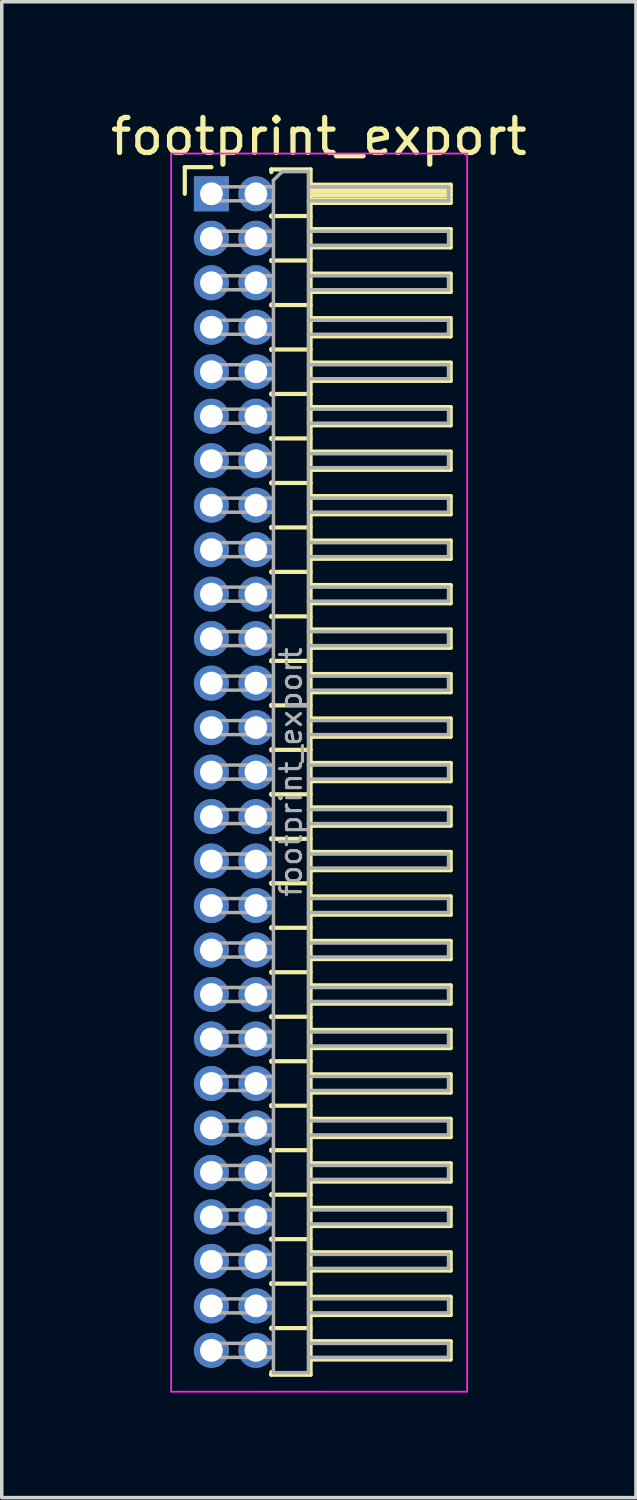
<source format=kicad_pcb>
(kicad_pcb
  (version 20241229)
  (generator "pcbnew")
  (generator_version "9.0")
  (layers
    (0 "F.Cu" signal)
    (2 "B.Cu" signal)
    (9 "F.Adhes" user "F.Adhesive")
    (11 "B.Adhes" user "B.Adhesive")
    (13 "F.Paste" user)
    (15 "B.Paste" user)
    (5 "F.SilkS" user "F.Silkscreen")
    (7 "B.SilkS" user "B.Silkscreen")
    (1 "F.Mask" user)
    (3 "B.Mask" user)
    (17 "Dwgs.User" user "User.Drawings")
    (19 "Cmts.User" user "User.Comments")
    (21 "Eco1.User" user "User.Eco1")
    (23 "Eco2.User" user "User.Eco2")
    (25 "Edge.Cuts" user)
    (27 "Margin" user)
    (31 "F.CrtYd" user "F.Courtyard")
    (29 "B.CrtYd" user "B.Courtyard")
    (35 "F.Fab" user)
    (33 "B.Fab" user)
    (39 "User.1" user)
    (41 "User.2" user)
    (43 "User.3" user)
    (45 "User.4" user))
  (footprint "footprint_export"
    (layer "F.Cu")
    (at 2.986 2.483)
    (property "Reference" "footprint_export" (at 3.067 -1.635 0) (layer "F.SilkS") (effects (font (size 1 1) (thickness 0.15))))
    (attr through_hole)
    (fp_line (start -0.76 -0.76) (end 0 -0.76) (stroke (width 0.12) (type solid)) (layer "F.SilkS"))
    (fp_line (start -0.76 0) (end -0.76 -0.76) (stroke (width 0.12) (type solid)) (layer "F.SilkS"))
    (fp_line (start 1.71 -0.695) (end 2.83 -0.695) (stroke (width 0.12) (type solid)) (layer "F.SilkS"))
    (fp_line (start 1.71 -0.62) (end 1.71 -0.695) (stroke (width 0.12) (type solid)) (layer "F.SilkS"))
    (fp_line (start 1.71 0.62) (end 1.71 0.65) (stroke (width 0.12) (type solid)) (layer "F.SilkS"))
    (fp_line (start 1.71 0.635) (end 2.83 0.635) (stroke (width 0.12) (type solid)) (layer "F.SilkS"))
    (fp_line (start 1.71 1.89) (end 1.71 1.92) (stroke (width 0.12) (type solid)) (layer "F.SilkS"))
    (fp_line (start 1.71 1.905) (end 2.83 1.905) (stroke (width 0.12) (type solid)) (layer "F.SilkS"))
    (fp_line (start 1.71 3.16) (end 1.71 3.19) (stroke (width 0.12) (type solid)) (layer "F.SilkS"))
    (fp_line (start 1.71 3.175) (end 2.83 3.175) (stroke (width 0.12) (type solid)) (layer "F.SilkS"))
    (fp_line (start 1.71 4.43) (end 1.71 4.46) (stroke (width 0.12) (type solid)) (layer "F.SilkS"))
    (fp_line (start 1.71 4.445) (end 2.83 4.445) (stroke (width 0.12) (type solid)) (layer "F.SilkS"))
    (fp_line (start 1.71 5.7) (end 1.71 5.73) (stroke (width 0.12) (type solid)) (layer "F.SilkS"))
    (fp_line (start 1.71 5.715) (end 2.83 5.715) (stroke (width 0.12) (type solid)) (layer "F.SilkS"))
    (fp_line (start 1.71 6.97) (end 1.71 7) (stroke (width 0.12) (type solid)) (layer "F.SilkS"))
    (fp_line (start 1.71 6.985) (end 2.83 6.985) (stroke (width 0.12) (type solid)) (layer "F.SilkS"))
    (fp_line (start 1.71 8.24) (end 1.71 8.27) (stroke (width 0.12) (type solid)) (layer "F.SilkS"))
    (fp_line (start 1.71 8.255) (end 2.83 8.255) (stroke (width 0.12) (type solid)) (layer "F.SilkS"))
    (fp_line (start 1.71 9.51) (end 1.71 9.54) (stroke (width 0.12) (type solid)) (layer "F.SilkS"))
    (fp_line (start 1.71 9.525) (end 2.83 9.525) (stroke (width 0.12) (type solid)) (layer "F.SilkS"))
    (fp_line (start 1.71 10.78) (end 1.71 10.81) (stroke (width 0.12) (type solid)) (layer "F.SilkS"))
    (fp_line (start 1.71 10.795) (end 2.83 10.795) (stroke (width 0.12) (type solid)) (layer "F.SilkS"))
    (fp_line (start 1.71 12.05) (end 1.71 12.08) (stroke (width 0.12) (type solid)) (layer "F.SilkS"))
    (fp_line (start 1.71 12.065) (end 2.83 12.065) (stroke (width 0.12) (type solid)) (layer "F.SilkS"))
    (fp_line (start 1.71 13.32) (end 1.71 13.35) (stroke (width 0.12) (type solid)) (layer "F.SilkS"))
    (fp_line (start 1.71 13.335) (end 2.83 13.335) (stroke (width 0.12) (type solid)) (layer "F.SilkS"))
    (fp_line (start 1.71 14.59) (end 1.71 14.62) (stroke (width 0.12) (type solid)) (layer "F.SilkS"))
    (fp_line (start 1.71 14.605) (end 2.83 14.605) (stroke (width 0.12) (type solid)) (layer "F.SilkS"))
    (fp_line (start 1.71 15.86) (end 1.71 15.89) (stroke (width 0.12) (type solid)) (layer "F.SilkS"))
    (fp_line (start 1.71 15.875) (end 2.83 15.875) (stroke (width 0.12) (type solid)) (layer "F.SilkS"))
    (fp_line (start 1.71 17.13) (end 1.71 17.16) (stroke (width 0.12) (type solid)) (layer "F.SilkS"))
    (fp_line (start 1.71 17.145) (end 2.83 17.145) (stroke (width 0.12) (type solid)) (layer "F.SilkS"))
    (fp_line (start 1.71 18.4) (end 1.71 18.43) (stroke (width 0.12) (type solid)) (layer "F.SilkS"))
    (fp_line (start 1.71 18.415) (end 2.83 18.415) (stroke (width 0.12) (type solid)) (layer "F.SilkS"))
    (fp_line (start 1.71 19.67) (end 1.71 19.7) (stroke (width 0.12) (type solid)) (layer "F.SilkS"))
    (fp_line (start 1.71 19.685) (end 2.83 19.685) (stroke (width 0.12) (type solid)) (layer "F.SilkS"))
    (fp_line (start 1.71 20.94) (end 1.71 20.97) (stroke (width 0.12) (type solid)) (layer "F.SilkS"))
    (fp_line (start 1.71 20.955) (end 2.83 20.955) (stroke (width 0.12) (type solid)) (layer "F.SilkS"))
    (fp_line (start 1.71 22.21) (end 1.71 22.24) (stroke (width 0.12) (type solid)) (layer "F.SilkS"))
    (fp_line (start 1.71 22.225) (end 2.83 22.225) (stroke (width 0.12) (type solid)) (layer "F.SilkS"))
    (fp_line (start 1.71 23.48) (end 1.71 23.51) (stroke (width 0.12) (type solid)) (layer "F.SilkS"))
    (fp_line (start 1.71 23.495) (end 2.83 23.495) (stroke (width 0.12) (type solid)) (layer "F.SilkS"))
    (fp_line (start 1.71 24.75) (end 1.71 24.78) (stroke (width 0.12) (type solid)) (layer "F.SilkS"))
    (fp_line (start 1.71 24.765) (end 2.83 24.765) (stroke (width 0.12) (type solid)) (layer "F.SilkS"))
    (fp_line (start 1.71 26.02) (end 1.71 26.05) (stroke (width 0.12) (type solid)) (layer "F.SilkS"))
    (fp_line (start 1.71 26.035) (end 2.83 26.035) (stroke (width 0.12) (type solid)) (layer "F.SilkS"))
    (fp_line (start 1.71 27.29) (end 1.71 27.32) (stroke (width 0.12) (type solid)) (layer "F.SilkS"))
    (fp_line (start 1.71 27.305) (end 2.83 27.305) (stroke (width 0.12) (type solid)) (layer "F.SilkS"))
    (fp_line (start 1.71 28.56) (end 1.71 28.59) (stroke (width 0.12) (type solid)) (layer "F.SilkS"))
    (fp_line (start 1.71 28.575) (end 2.83 28.575) (stroke (width 0.12) (type solid)) (layer "F.SilkS"))
    (fp_line (start 1.71 29.83) (end 1.71 29.86) (stroke (width 0.12) (type solid)) (layer "F.SilkS"))
    (fp_line (start 1.71 29.845) (end 2.83 29.845) (stroke (width 0.12) (type solid)) (layer "F.SilkS"))
    (fp_line (start 1.71 31.1) (end 1.71 31.13) (stroke (width 0.12) (type solid)) (layer "F.SilkS"))
    (fp_line (start 1.71 31.115) (end 2.83 31.115) (stroke (width 0.12) (type solid)) (layer "F.SilkS"))
    (fp_line (start 1.71 32.37) (end 1.71 32.4) (stroke (width 0.12) (type solid)) (layer "F.SilkS"))
    (fp_line (start 1.71 32.385) (end 2.83 32.385) (stroke (width 0.12) (type solid)) (layer "F.SilkS"))
    (fp_line (start 1.71 33.715) (end 1.71 33.64) (stroke (width 0.12) (type solid)) (layer "F.SilkS"))
    (fp_line (start 2.83 -0.695) (end 2.83 33.715) (stroke (width 0.12) (type solid)) (layer "F.SilkS"))
    (fp_line (start 2.83 -0.26) (end 6.83 -0.26) (stroke (width 0.12) (type solid)) (layer "F.SilkS"))
    (fp_line (start 2.83 -0.2) (end 6.83 -0.2) (stroke (width 0.12) (type solid)) (layer "F.SilkS"))
    (fp_line (start 2.83 -0.08) (end 6.83 -0.08) (stroke (width 0.12) (type solid)) (layer "F.SilkS"))
    (fp_line (start 2.83 0.04) (end 6.83 0.04) (stroke (width 0.12) (type solid)) (layer "F.SilkS"))
    (fp_line (start 2.83 0.16) (end 6.83 0.16) (stroke (width 0.12) (type solid)) (layer "F.SilkS"))
    (fp_line (start 2.83 1.01) (end 6.83 1.01) (stroke (width 0.12) (type solid)) (layer "F.SilkS"))
    (fp_line (start 2.83 2.28) (end 6.83 2.28) (stroke (width 0.12) (type solid)) (layer "F.SilkS"))
    (fp_line (start 2.83 3.55) (end 6.83 3.55) (stroke (width 0.12) (type solid)) (layer "F.SilkS"))
    (fp_line (start 2.83 4.82) (end 6.83 4.82) (stroke (width 0.12) (type solid)) (layer "F.SilkS"))
    (fp_line (start 2.83 6.09) (end 6.83 6.09) (stroke (width 0.12) (type solid)) (layer "F.SilkS"))
    (fp_line (start 2.83 7.36) (end 6.83 7.36) (stroke (width 0.12) (type solid)) (layer "F.SilkS"))
    (fp_line (start 2.83 8.63) (end 6.83 8.63) (stroke (width 0.12) (type solid)) (layer "F.SilkS"))
    (fp_line (start 2.83 9.9) (end 6.83 9.9) (stroke (width 0.12) (type solid)) (layer "F.SilkS"))
    (fp_line (start 2.83 11.17) (end 6.83 11.17) (stroke (width 0.12) (type solid)) (layer "F.SilkS"))
    (fp_line (start 2.83 12.44) (end 6.83 12.44) (stroke (width 0.12) (type solid)) (layer "F.SilkS"))
    (fp_line (start 2.83 13.71) (end 6.83 13.71) (stroke (width 0.12) (type solid)) (layer "F.SilkS"))
    (fp_line (start 2.83 14.98) (end 6.83 14.98) (stroke (width 0.12) (type solid)) (layer "F.SilkS"))
    (fp_line (start 2.83 16.25) (end 6.83 16.25) (stroke (width 0.12) (type solid)) (layer "F.SilkS"))
    (fp_line (start 2.83 17.52) (end 6.83 17.52) (stroke (width 0.12) (type solid)) (layer "F.SilkS"))
    (fp_line (start 2.83 18.79) (end 6.83 18.79) (stroke (width 0.12) (type solid)) (layer "F.SilkS"))
    (fp_line (start 2.83 20.06) (end 6.83 20.06) (stroke (width 0.12) (type solid)) (layer "F.SilkS"))
    (fp_line (start 2.83 21.33) (end 6.83 21.33) (stroke (width 0.12) (type solid)) (layer "F.SilkS"))
    (fp_line (start 2.83 22.6) (end 6.83 22.6) (stroke (width 0.12) (type solid)) (layer "F.SilkS"))
    (fp_line (start 2.83 23.87) (end 6.83 23.87) (stroke (width 0.12) (type solid)) (layer "F.SilkS"))
    (fp_line (start 2.83 25.14) (end 6.83 25.14) (stroke (width 0.12) (type solid)) (layer "F.SilkS"))
    (fp_line (start 2.83 26.41) (end 6.83 26.41) (stroke (width 0.12) (type solid)) (layer "F.SilkS"))
    (fp_line (start 2.83 27.68) (end 6.83 27.68) (stroke (width 0.12) (type solid)) (layer "F.SilkS"))
    (fp_line (start 2.83 28.95) (end 6.83 28.95) (stroke (width 0.12) (type solid)) (layer "F.SilkS"))
    (fp_line (start 2.83 30.22) (end 6.83 30.22) (stroke (width 0.12) (type solid)) (layer "F.SilkS"))
    (fp_line (start 2.83 31.49) (end 6.83 31.49) (stroke (width 0.12) (type solid)) (layer "F.SilkS"))
    (fp_line (start 2.83 32.76) (end 6.83 32.76) (stroke (width 0.12) (type solid)) (layer "F.SilkS"))
    (fp_line (start 2.83 33.715) (end 1.71 33.715) (stroke (width 0.12) (type solid)) (layer "F.SilkS"))
    (fp_line (start 6.83 -0.26) (end 6.83 0.26) (stroke (width 0.12) (type solid)) (layer "F.SilkS"))
    (fp_line (start 6.83 0.26) (end 2.83 0.26) (stroke (width 0.12) (type solid)) (layer "F.SilkS"))
    (fp_line (start 6.83 1.01) (end 6.83 1.53) (stroke (width 0.12) (type solid)) (layer "F.SilkS"))
    (fp_line (start 6.83 1.53) (end 2.83 1.53) (stroke (width 0.12) (type solid)) (layer "F.SilkS"))
    (fp_line (start 6.83 2.28) (end 6.83 2.8) (stroke (width 0.12) (type solid)) (layer "F.SilkS"))
    (fp_line (start 6.83 2.8) (end 2.83 2.8) (stroke (width 0.12) (type solid)) (layer "F.SilkS"))
    (fp_line (start 6.83 3.55) (end 6.83 4.07) (stroke (width 0.12) (type solid)) (layer "F.SilkS"))
    (fp_line (start 6.83 4.07) (end 2.83 4.07) (stroke (width 0.12) (type solid)) (layer "F.SilkS"))
    (fp_line (start 6.83 4.82) (end 6.83 5.34) (stroke (width 0.12) (type solid)) (layer "F.SilkS"))
    (fp_line (start 6.83 5.34) (end 2.83 5.34) (stroke (width 0.12) (type solid)) (layer "F.SilkS"))
    (fp_line (start 6.83 6.09) (end 6.83 6.61) (stroke (width 0.12) (type solid)) (layer "F.SilkS"))
    (fp_line (start 6.83 6.61) (end 2.83 6.61) (stroke (width 0.12) (type solid)) (layer "F.SilkS"))
    (fp_line (start 6.83 7.36) (end 6.83 7.88) (stroke (width 0.12) (type solid)) (layer "F.SilkS"))
    (fp_line (start 6.83 7.88) (end 2.83 7.88) (stroke (width 0.12) (type solid)) (layer "F.SilkS"))
    (fp_line (start 6.83 8.63) (end 6.83 9.15) (stroke (width 0.12) (type solid)) (layer "F.SilkS"))
    (fp_line (start 6.83 9.15) (end 2.83 9.15) (stroke (width 0.12) (type solid)) (layer "F.SilkS"))
    (fp_line (start 6.83 9.9) (end 6.83 10.42) (stroke (width 0.12) (type solid)) (layer "F.SilkS"))
    (fp_line (start 6.83 10.42) (end 2.83 10.42) (stroke (width 0.12) (type solid)) (layer "F.SilkS"))
    (fp_line (start 6.83 11.17) (end 6.83 11.69) (stroke (width 0.12) (type solid)) (layer "F.SilkS"))
    (fp_line (start 6.83 11.69) (end 2.83 11.69) (stroke (width 0.12) (type solid)) (layer "F.SilkS"))
    (fp_line (start 6.83 12.44) (end 6.83 12.96) (stroke (width 0.12) (type solid)) (layer "F.SilkS"))
    (fp_line (start 6.83 12.96) (end 2.83 12.96) (stroke (width 0.12) (type solid)) (layer "F.SilkS"))
    (fp_line (start 6.83 13.71) (end 6.83 14.23) (stroke (width 0.12) (type solid)) (layer "F.SilkS"))
    (fp_line (start 6.83 14.23) (end 2.83 14.23) (stroke (width 0.12) (type solid)) (layer "F.SilkS"))
    (fp_line (start 6.83 14.98) (end 6.83 15.5) (stroke (width 0.12) (type solid)) (layer "F.SilkS"))
    (fp_line (start 6.83 15.5) (end 2.83 15.5) (stroke (width 0.12) (type solid)) (layer "F.SilkS"))
    (fp_line (start 6.83 16.25) (end 6.83 16.77) (stroke (width 0.12) (type solid)) (layer "F.SilkS"))
    (fp_line (start 6.83 16.77) (end 2.83 16.77) (stroke (width 0.12) (type solid)) (layer "F.SilkS"))
    (fp_line (start 6.83 17.52) (end 6.83 18.04) (stroke (width 0.12) (type solid)) (layer "F.SilkS"))
    (fp_line (start 6.83 18.04) (end 2.83 18.04) (stroke (width 0.12) (type solid)) (layer "F.SilkS"))
    (fp_line (start 6.83 18.79) (end 6.83 19.31) (stroke (width 0.12) (type solid)) (layer "F.SilkS"))
    (fp_line (start 6.83 19.31) (end 2.83 19.31) (stroke (width 0.12) (type solid)) (layer "F.SilkS"))
    (fp_line (start 6.83 20.06) (end 6.83 20.58) (stroke (width 0.12) (type solid)) (layer "F.SilkS"))
    (fp_line (start 6.83 20.58) (end 2.83 20.58) (stroke (width 0.12) (type solid)) (layer "F.SilkS"))
    (fp_line (start 6.83 21.33) (end 6.83 21.85) (stroke (width 0.12) (type solid)) (layer "F.SilkS"))
    (fp_line (start 6.83 21.85) (end 2.83 21.85) (stroke (width 0.12) (type solid)) (layer "F.SilkS"))
    (fp_line (start 6.83 22.6) (end 6.83 23.12) (stroke (width 0.12) (type solid)) (layer "F.SilkS"))
    (fp_line (start 6.83 23.12) (end 2.83 23.12) (stroke (width 0.12) (type solid)) (layer "F.SilkS"))
    (fp_line (start 6.83 23.87) (end 6.83 24.39) (stroke (width 0.12) (type solid)) (layer "F.SilkS"))
    (fp_line (start 6.83 24.39) (end 2.83 24.39) (stroke (width 0.12) (type solid)) (layer "F.SilkS"))
    (fp_line (start 6.83 25.14) (end 6.83 25.66) (stroke (width 0.12) (type solid)) (layer "F.SilkS"))
    (fp_line (start 6.83 25.66) (end 2.83 25.66) (stroke (width 0.12) (type solid)) (layer "F.SilkS"))
    (fp_line (start 6.83 26.41) (end 6.83 26.93) (stroke (width 0.12) (type solid)) (layer "F.SilkS"))
    (fp_line (start 6.83 26.93) (end 2.83 26.93) (stroke (width 0.12) (type solid)) (layer "F.SilkS"))
    (fp_line (start 6.83 27.68) (end 6.83 28.2) (stroke (width 0.12) (type solid)) (layer "F.SilkS"))
    (fp_line (start 6.83 28.2) (end 2.83 28.2) (stroke (width 0.12) (type solid)) (layer "F.SilkS"))
    (fp_line (start 6.83 28.95) (end 6.83 29.47) (stroke (width 0.12) (type solid)) (layer "F.SilkS"))
    (fp_line (start 6.83 29.47) (end 2.83 29.47) (stroke (width 0.12) (type solid)) (layer "F.SilkS"))
    (fp_line (start 6.83 30.22) (end 6.83 30.74) (stroke (width 0.12) (type solid)) (layer "F.SilkS"))
    (fp_line (start 6.83 30.74) (end 2.83 30.74) (stroke (width 0.12) (type solid)) (layer "F.SilkS"))
    (fp_line (start 6.83 31.49) (end 6.83 32.01) (stroke (width 0.12) (type solid)) (layer "F.SilkS"))
    (fp_line (start 6.83 32.01) (end 2.83 32.01) (stroke (width 0.12) (type solid)) (layer "F.SilkS"))
    (fp_line (start 6.83 32.76) (end 6.83 33.28) (stroke (width 0.12) (type solid)) (layer "F.SilkS"))
    (fp_line (start 6.83 33.28) (end 2.83 33.28) (stroke (width 0.12) (type solid)) (layer "F.SilkS"))
    (fp_line (start -1.15 -1.15) (end -1.15 34.2) (stroke (width 0.05) (type solid)) (layer "F.CrtYd"))
    (fp_line (start -1.15 34.2) (end 7.3 34.2) (stroke (width 0.05) (type solid)) (layer "F.CrtYd"))
    (fp_line (start 7.3 -1.15) (end -1.15 -1.15) (stroke (width 0.05) (type solid)) (layer "F.CrtYd"))
    (fp_line (start 7.3 34.2) (end 7.3 -1.15) (stroke (width 0.05) (type solid)) (layer "F.CrtYd"))
    (fp_line (start -0.2 -0.2) (end -0.2 0.2) (stroke (width 0.1) (type solid)) (layer "F.Fab"))
    (fp_line (start -0.2 -0.2) (end 1.77 -0.2) (stroke (width 0.1) (type solid)) (layer "F.Fab"))
    (fp_line (start -0.2 0.2) (end 1.77 0.2) (stroke (width 0.1) (type solid)) (layer "F.Fab"))
    (fp_line (start -0.2 1.07) (end -0.2 1.47) (stroke (width 0.1) (type solid)) (layer "F.Fab"))
    (fp_line (start -0.2 1.07) (end 1.77 1.07) (stroke (width 0.1) (type solid)) (layer "F.Fab"))
    (fp_line (start -0.2 1.47) (end 1.77 1.47) (stroke (width 0.1) (type solid)) (layer "F.Fab"))
    (fp_line (start -0.2 2.34) (end -0.2 2.74) (stroke (width 0.1) (type solid)) (layer "F.Fab"))
    (fp_line (start -0.2 2.34) (end 1.77 2.34) (stroke (width 0.1) (type solid)) (layer "F.Fab"))
    (fp_line (start -0.2 2.74) (end 1.77 2.74) (stroke (width 0.1) (type solid)) (layer "F.Fab"))
    (fp_line (start -0.2 3.61) (end -0.2 4.01) (stroke (width 0.1) (type solid)) (layer "F.Fab"))
    (fp_line (start -0.2 3.61) (end 1.77 3.61) (stroke (width 0.1) (type solid)) (layer "F.Fab"))
    (fp_line (start -0.2 4.01) (end 1.77 4.01) (stroke (width 0.1) (type solid)) (layer "F.Fab"))
    (fp_line (start -0.2 4.88) (end -0.2 5.28) (stroke (width 0.1) (type solid)) (layer "F.Fab"))
    (fp_line (start -0.2 4.88) (end 1.77 4.88) (stroke (width 0.1) (type solid)) (layer "F.Fab"))
    (fp_line (start -0.2 5.28) (end 1.77 5.28) (stroke (width 0.1) (type solid)) (layer "F.Fab"))
    (fp_line (start -0.2 6.15) (end -0.2 6.55) (stroke (width 0.1) (type solid)) (layer "F.Fab"))
    (fp_line (start -0.2 6.15) (end 1.77 6.15) (stroke (width 0.1) (type solid)) (layer "F.Fab"))
    (fp_line (start -0.2 6.55) (end 1.77 6.55) (stroke (width 0.1) (type solid)) (layer "F.Fab"))
    (fp_line (start -0.2 7.42) (end -0.2 7.82) (stroke (width 0.1) (type solid)) (layer "F.Fab"))
    (fp_line (start -0.2 7.42) (end 1.77 7.42) (stroke (width 0.1) (type solid)) (layer "F.Fab"))
    (fp_line (start -0.2 7.82) (end 1.77 7.82) (stroke (width 0.1) (type solid)) (layer "F.Fab"))
    (fp_line (start -0.2 8.69) (end -0.2 9.09) (stroke (width 0.1) (type solid)) (layer "F.Fab"))
    (fp_line (start -0.2 8.69) (end 1.77 8.69) (stroke (width 0.1) (type solid)) (layer "F.Fab"))
    (fp_line (start -0.2 9.09) (end 1.77 9.09) (stroke (width 0.1) (type solid)) (layer "F.Fab"))
    (fp_line (start -0.2 9.96) (end -0.2 10.36) (stroke (width 0.1) (type solid)) (layer "F.Fab"))
    (fp_line (start -0.2 9.96) (end 1.77 9.96) (stroke (width 0.1) (type solid)) (layer "F.Fab"))
    (fp_line (start -0.2 10.36) (end 1.77 10.36) (stroke (width 0.1) (type solid)) (layer "F.Fab"))
    (fp_line (start -0.2 11.23) (end -0.2 11.63) (stroke (width 0.1) (type solid)) (layer "F.Fab"))
    (fp_line (start -0.2 11.23) (end 1.77 11.23) (stroke (width 0.1) (type solid)) (layer "F.Fab"))
    (fp_line (start -0.2 11.63) (end 1.77 11.63) (stroke (width 0.1) (type solid)) (layer "F.Fab"))
    (fp_line (start -0.2 12.5) (end -0.2 12.9) (stroke (width 0.1) (type solid)) (layer "F.Fab"))
    (fp_line (start -0.2 12.5) (end 1.77 12.5) (stroke (width 0.1) (type solid)) (layer "F.Fab"))
    (fp_line (start -0.2 12.9) (end 1.77 12.9) (stroke (width 0.1) (type solid)) (layer "F.Fab"))
    (fp_line (start -0.2 13.77) (end -0.2 14.17) (stroke (width 0.1) (type solid)) (layer "F.Fab"))
    (fp_line (start -0.2 13.77) (end 1.77 13.77) (stroke (width 0.1) (type solid)) (layer "F.Fab"))
    (fp_line (start -0.2 14.17) (end 1.77 14.17) (stroke (width 0.1) (type solid)) (layer "F.Fab"))
    (fp_line (start -0.2 15.04) (end -0.2 15.44) (stroke (width 0.1) (type solid)) (layer "F.Fab"))
    (fp_line (start -0.2 15.04) (end 1.77 15.04) (stroke (width 0.1) (type solid)) (layer "F.Fab"))
    (fp_line (start -0.2 15.44) (end 1.77 15.44) (stroke (width 0.1) (type solid)) (layer "F.Fab"))
    (fp_line (start -0.2 16.31) (end -0.2 16.71) (stroke (width 0.1) (type solid)) (layer "F.Fab"))
    (fp_line (start -0.2 16.31) (end 1.77 16.31) (stroke (width 0.1) (type solid)) (layer "F.Fab"))
    (fp_line (start -0.2 16.71) (end 1.77 16.71) (stroke (width 0.1) (type solid)) (layer "F.Fab"))
    (fp_line (start -0.2 17.58) (end -0.2 17.98) (stroke (width 0.1) (type solid)) (layer "F.Fab"))
    (fp_line (start -0.2 17.58) (end 1.77 17.58) (stroke (width 0.1) (type solid)) (layer "F.Fab"))
    (fp_line (start -0.2 17.98) (end 1.77 17.98) (stroke (width 0.1) (type solid)) (layer "F.Fab"))
    (fp_line (start -0.2 18.85) (end -0.2 19.25) (stroke (width 0.1) (type solid)) (layer "F.Fab"))
    (fp_line (start -0.2 18.85) (end 1.77 18.85) (stroke (width 0.1) (type solid)) (layer "F.Fab"))
    (fp_line (start -0.2 19.25) (end 1.77 19.25) (stroke (width 0.1) (type solid)) (layer "F.Fab"))
    (fp_line (start -0.2 20.12) (end -0.2 20.52) (stroke (width 0.1) (type solid)) (layer "F.Fab"))
    (fp_line (start -0.2 20.12) (end 1.77 20.12) (stroke (width 0.1) (type solid)) (layer "F.Fab"))
    (fp_line (start -0.2 20.52) (end 1.77 20.52) (stroke (width 0.1) (type solid)) (layer "F.Fab"))
    (fp_line (start -0.2 21.39) (end -0.2 21.79) (stroke (width 0.1) (type solid)) (layer "F.Fab"))
    (fp_line (start -0.2 21.39) (end 1.77 21.39) (stroke (width 0.1) (type solid)) (layer "F.Fab"))
    (fp_line (start -0.2 21.79) (end 1.77 21.79) (stroke (width 0.1) (type solid)) (layer "F.Fab"))
    (fp_line (start -0.2 22.66) (end -0.2 23.06) (stroke (width 0.1) (type solid)) (layer "F.Fab"))
    (fp_line (start -0.2 22.66) (end 1.77 22.66) (stroke (width 0.1) (type solid)) (layer "F.Fab"))
    (fp_line (start -0.2 23.06) (end 1.77 23.06) (stroke (width 0.1) (type solid)) (layer "F.Fab"))
    (fp_line (start -0.2 23.93) (end -0.2 24.33) (stroke (width 0.1) (type solid)) (layer "F.Fab"))
    (fp_line (start -0.2 23.93) (end 1.77 23.93) (stroke (width 0.1) (type solid)) (layer "F.Fab"))
    (fp_line (start -0.2 24.33) (end 1.77 24.33) (stroke (width 0.1) (type solid)) (layer "F.Fab"))
    (fp_line (start -0.2 25.2) (end -0.2 25.6) (stroke (width 0.1) (type solid)) (layer "F.Fab"))
    (fp_line (start -0.2 25.2) (end 1.77 25.2) (stroke (width 0.1) (type solid)) (layer "F.Fab"))
    (fp_line (start -0.2 25.6) (end 1.77 25.6) (stroke (width 0.1) (type solid)) (layer "F.Fab"))
    (fp_line (start -0.2 26.47) (end -0.2 26.87) (stroke (width 0.1) (type solid)) (layer "F.Fab"))
    (fp_line (start -0.2 26.47) (end 1.77 26.47) (stroke (width 0.1) (type solid)) (layer "F.Fab"))
    (fp_line (start -0.2 26.87) (end 1.77 26.87) (stroke (width 0.1) (type solid)) (layer "F.Fab"))
    (fp_line (start -0.2 27.74) (end -0.2 28.14) (stroke (width 0.1) (type solid)) (layer "F.Fab"))
    (fp_line (start -0.2 27.74) (end 1.77 27.74) (stroke (width 0.1) (type solid)) (layer "F.Fab"))
    (fp_line (start -0.2 28.14) (end 1.77 28.14) (stroke (width 0.1) (type solid)) (layer "F.Fab"))
    (fp_line (start -0.2 29.01) (end -0.2 29.41) (stroke (width 0.1) (type solid)) (layer "F.Fab"))
    (fp_line (start -0.2 29.01) (end 1.77 29.01) (stroke (width 0.1) (type solid)) (layer "F.Fab"))
    (fp_line (start -0.2 29.41) (end 1.77 29.41) (stroke (width 0.1) (type solid)) (layer "F.Fab"))
    (fp_line (start -0.2 30.28) (end -0.2 30.68) (stroke (width 0.1) (type solid)) (layer "F.Fab"))
    (fp_line (start -0.2 30.28) (end 1.77 30.28) (stroke (width 0.1) (type solid)) (layer "F.Fab"))
    (fp_line (start -0.2 30.68) (end 1.77 30.68) (stroke (width 0.1) (type solid)) (layer "F.Fab"))
    (fp_line (start -0.2 31.55) (end -0.2 31.95) (stroke (width 0.1) (type solid)) (layer "F.Fab"))
    (fp_line (start -0.2 31.55) (end 1.77 31.55) (stroke (width 0.1) (type solid)) (layer "F.Fab"))
    (fp_line (start -0.2 31.95) (end 1.77 31.95) (stroke (width 0.1) (type solid)) (layer "F.Fab"))
    (fp_line (start -0.2 32.82) (end -0.2 33.22) (stroke (width 0.1) (type solid)) (layer "F.Fab"))
    (fp_line (start -0.2 32.82) (end 1.77 32.82) (stroke (width 0.1) (type solid)) (layer "F.Fab"))
    (fp_line (start -0.2 33.22) (end 1.77 33.22) (stroke (width 0.1) (type solid)) (layer "F.Fab"))
    (fp_line (start 1.77 -0.385) (end 2.02 -0.635) (stroke (width 0.1) (type solid)) (layer "F.Fab"))
    (fp_line (start 1.77 33.655) (end 1.77 -0.385) (stroke (width 0.1) (type solid)) (layer "F.Fab"))
    (fp_line (start 2.02 -0.635) (end 2.77 -0.635) (stroke (width 0.1) (type solid)) (layer "F.Fab"))
    (fp_line (start 2.77 -0.635) (end 2.77 33.655) (stroke (width 0.1) (type solid)) (layer "F.Fab"))
    (fp_line (start 2.77 -0.2) (end 6.77 -0.2) (stroke (width 0.1) (type solid)) (layer "F.Fab"))
    (fp_line (start 2.77 0.2) (end 6.77 0.2) (stroke (width 0.1) (type solid)) (layer "F.Fab"))
    (fp_line (start 2.77 1.07) (end 6.77 1.07) (stroke (width 0.1) (type solid)) (layer "F.Fab"))
    (fp_line (start 2.77 1.47) (end 6.77 1.47) (stroke (width 0.1) (type solid)) (layer "F.Fab"))
    (fp_line (start 2.77 2.34) (end 6.77 2.34) (stroke (width 0.1) (type solid)) (layer "F.Fab"))
    (fp_line (start 2.77 2.74) (end 6.77 2.74) (stroke (width 0.1) (type solid)) (layer "F.Fab"))
    (fp_line (start 2.77 3.61) (end 6.77 3.61) (stroke (width 0.1) (type solid)) (layer "F.Fab"))
    (fp_line (start 2.77 4.01) (end 6.77 4.01) (stroke (width 0.1) (type solid)) (layer "F.Fab"))
    (fp_line (start 2.77 4.88) (end 6.77 4.88) (stroke (width 0.1) (type solid)) (layer "F.Fab"))
    (fp_line (start 2.77 5.28) (end 6.77 5.28) (stroke (width 0.1) (type solid)) (layer "F.Fab"))
    (fp_line (start 2.77 6.15) (end 6.77 6.15) (stroke (width 0.1) (type solid)) (layer "F.Fab"))
    (fp_line (start 2.77 6.55) (end 6.77 6.55) (stroke (width 0.1) (type solid)) (layer "F.Fab"))
    (fp_line (start 2.77 7.42) (end 6.77 7.42) (stroke (width 0.1) (type solid)) (layer "F.Fab"))
    (fp_line (start 2.77 7.82) (end 6.77 7.82) (stroke (width 0.1) (type solid)) (layer "F.Fab"))
    (fp_line (start 2.77 8.69) (end 6.77 8.69) (stroke (width 0.1) (type solid)) (layer "F.Fab"))
    (fp_line (start 2.77 9.09) (end 6.77 9.09) (stroke (width 0.1) (type solid)) (layer "F.Fab"))
    (fp_line (start 2.77 9.96) (end 6.77 9.96) (stroke (width 0.1) (type solid)) (layer "F.Fab"))
    (fp_line (start 2.77 10.36) (end 6.77 10.36) (stroke (width 0.1) (type solid)) (layer "F.Fab"))
    (fp_line (start 2.77 11.23) (end 6.77 11.23) (stroke (width 0.1) (type solid)) (layer "F.Fab"))
    (fp_line (start 2.77 11.63) (end 6.77 11.63) (stroke (width 0.1) (type solid)) (layer "F.Fab"))
    (fp_line (start 2.77 12.5) (end 6.77 12.5) (stroke (width 0.1) (type solid)) (layer "F.Fab"))
    (fp_line (start 2.77 12.9) (end 6.77 12.9) (stroke (width 0.1) (type solid)) (layer "F.Fab"))
    (fp_line (start 2.77 13.77) (end 6.77 13.77) (stroke (width 0.1) (type solid)) (layer "F.Fab"))
    (fp_line (start 2.77 14.17) (end 6.77 14.17) (stroke (width 0.1) (type solid)) (layer "F.Fab"))
    (fp_line (start 2.77 15.04) (end 6.77 15.04) (stroke (width 0.1) (type solid)) (layer "F.Fab"))
    (fp_line (start 2.77 15.44) (end 6.77 15.44) (stroke (width 0.1) (type solid)) (layer "F.Fab"))
    (fp_line (start 2.77 16.31) (end 6.77 16.31) (stroke (width 0.1) (type solid)) (layer "F.Fab"))
    (fp_line (start 2.77 16.71) (end 6.77 16.71) (stroke (width 0.1) (type solid)) (layer "F.Fab"))
    (fp_line (start 2.77 17.58) (end 6.77 17.58) (stroke (width 0.1) (type solid)) (layer "F.Fab"))
    (fp_line (start 2.77 17.98) (end 6.77 17.98) (stroke (width 0.1) (type solid)) (layer "F.Fab"))
    (fp_line (start 2.77 18.85) (end 6.77 18.85) (stroke (width 0.1) (type solid)) (layer "F.Fab"))
    (fp_line (start 2.77 19.25) (end 6.77 19.25) (stroke (width 0.1) (type solid)) (layer "F.Fab"))
    (fp_line (start 2.77 20.12) (end 6.77 20.12) (stroke (width 0.1) (type solid)) (layer "F.Fab"))
    (fp_line (start 2.77 20.52) (end 6.77 20.52) (stroke (width 0.1) (type solid)) (layer "F.Fab"))
    (fp_line (start 2.77 21.39) (end 6.77 21.39) (stroke (width 0.1) (type solid)) (layer "F.Fab"))
    (fp_line (start 2.77 21.79) (end 6.77 21.79) (stroke (width 0.1) (type solid)) (layer "F.Fab"))
    (fp_line (start 2.77 22.66) (end 6.77 22.66) (stroke (width 0.1) (type solid)) (layer "F.Fab"))
    (fp_line (start 2.77 23.06) (end 6.77 23.06) (stroke (width 0.1) (type solid)) (layer "F.Fab"))
    (fp_line (start 2.77 23.93) (end 6.77 23.93) (stroke (width 0.1) (type solid)) (layer "F.Fab"))
    (fp_line (start 2.77 24.33) (end 6.77 24.33) (stroke (width 0.1) (type solid)) (layer "F.Fab"))
    (fp_line (start 2.77 25.2) (end 6.77 25.2) (stroke (width 0.1) (type solid)) (layer "F.Fab"))
    (fp_line (start 2.77 25.6) (end 6.77 25.6) (stroke (width 0.1) (type solid)) (layer "F.Fab"))
    (fp_line (start 2.77 26.47) (end 6.77 26.47) (stroke (width 0.1) (type solid)) (layer "F.Fab"))
    (fp_line (start 2.77 26.87) (end 6.77 26.87) (stroke (width 0.1) (type solid)) (layer "F.Fab"))
    (fp_line (start 2.77 27.74) (end 6.77 27.74) (stroke (width 0.1) (type solid)) (layer "F.Fab"))
    (fp_line (start 2.77 28.14) (end 6.77 28.14) (stroke (width 0.1) (type solid)) (layer "F.Fab"))
    (fp_line (start 2.77 29.01) (end 6.77 29.01) (stroke (width 0.1) (type solid)) (layer "F.Fab"))
    (fp_line (start 2.77 29.41) (end 6.77 29.41) (stroke (width 0.1) (type solid)) (layer "F.Fab"))
    (fp_line (start 2.77 30.28) (end 6.77 30.28) (stroke (width 0.1) (type solid)) (layer "F.Fab"))
    (fp_line (start 2.77 30.68) (end 6.77 30.68) (stroke (width 0.1) (type solid)) (layer "F.Fab"))
    (fp_line (start 2.77 31.55) (end 6.77 31.55) (stroke (width 0.1) (type solid)) (layer "F.Fab"))
    (fp_line (start 2.77 31.95) (end 6.77 31.95) (stroke (width 0.1) (type solid)) (layer "F.Fab"))
    (fp_line (start 2.77 32.82) (end 6.77 32.82) (stroke (width 0.1) (type solid)) (layer "F.Fab"))
    (fp_line (start 2.77 33.22) (end 6.77 33.22) (stroke (width 0.1) (type solid)) (layer "F.Fab"))
    (fp_line (start 2.77 33.655) (end 1.77 33.655) (stroke (width 0.1) (type solid)) (layer "F.Fab"))
    (fp_line (start 6.77 -0.2) (end 6.77 0.2) (stroke (width 0.1) (type solid)) (layer "F.Fab"))
    (fp_line (start 6.77 1.07) (end 6.77 1.47) (stroke (width 0.1) (type solid)) (layer "F.Fab"))
    (fp_line (start 6.77 2.34) (end 6.77 2.74) (stroke (width 0.1) (type solid)) (layer "F.Fab"))
    (fp_line (start 6.77 3.61) (end 6.77 4.01) (stroke (width 0.1) (type solid)) (layer "F.Fab"))
    (fp_line (start 6.77 4.88) (end 6.77 5.28) (stroke (width 0.1) (type solid)) (layer "F.Fab"))
    (fp_line (start 6.77 6.15) (end 6.77 6.55) (stroke (width 0.1) (type solid)) (layer "F.Fab"))
    (fp_line (start 6.77 7.42) (end 6.77 7.82) (stroke (width 0.1) (type solid)) (layer "F.Fab"))
    (fp_line (start 6.77 8.69) (end 6.77 9.09) (stroke (width 0.1) (type solid)) (layer "F.Fab"))
    (fp_line (start 6.77 9.96) (end 6.77 10.36) (stroke (width 0.1) (type solid)) (layer "F.Fab"))
    (fp_line (start 6.77 11.23) (end 6.77 11.63) (stroke (width 0.1) (type solid)) (layer "F.Fab"))
    (fp_line (start 6.77 12.5) (end 6.77 12.9) (stroke (width 0.1) (type solid)) (layer "F.Fab"))
    (fp_line (start 6.77 13.77) (end 6.77 14.17) (stroke (width 0.1) (type solid)) (layer "F.Fab"))
    (fp_line (start 6.77 15.04) (end 6.77 15.44) (stroke (width 0.1) (type solid)) (layer "F.Fab"))
    (fp_line (start 6.77 16.31) (end 6.77 16.71) (stroke (width 0.1) (type solid)) (layer "F.Fab"))
    (fp_line (start 6.77 17.58) (end 6.77 17.98) (stroke (width 0.1) (type solid)) (layer "F.Fab"))
    (fp_line (start 6.77 18.85) (end 6.77 19.25) (stroke (width 0.1) (type solid)) (layer "F.Fab"))
    (fp_line (start 6.77 20.12) (end 6.77 20.52) (stroke (width 0.1) (type solid)) (layer "F.Fab"))
    (fp_line (start 6.77 21.39) (end 6.77 21.79) (stroke (width 0.1) (type solid)) (layer "F.Fab"))
    (fp_line (start 6.77 22.66) (end 6.77 23.06) (stroke (width 0.1) (type solid)) (layer "F.Fab"))
    (fp_line (start 6.77 23.93) (end 6.77 24.33) (stroke (width 0.1) (type solid)) (layer "F.Fab"))
    (fp_line (start 6.77 25.2) (end 6.77 25.6) (stroke (width 0.1) (type solid)) (layer "F.Fab"))
    (fp_line (start 6.77 26.47) (end 6.77 26.87) (stroke (width 0.1) (type solid)) (layer "F.Fab"))
    (fp_line (start 6.77 27.74) (end 6.77 28.14) (stroke (width 0.1) (type solid)) (layer "F.Fab"))
    (fp_line (start 6.77 29.01) (end 6.77 29.41) (stroke (width 0.1) (type solid)) (layer "F.Fab"))
    (fp_line (start 6.77 30.28) (end 6.77 30.68) (stroke (width 0.1) (type solid)) (layer "F.Fab"))
    (fp_line (start 6.77 31.55) (end 6.77 31.95) (stroke (width 0.1) (type solid)) (layer "F.Fab"))
    (fp_line (start 6.77 32.82) (end 6.77 33.22) (stroke (width 0.1) (type solid)) (layer "F.Fab"))
    (fp_text user "${REFERENCE}" (at 2.27 16.51 90) (layer "F.Fab") (effects (font (size 0.6 0.6) (thickness 0.09))))
    (pad "1" thru_hole rect (at 0 0) (size 1 1) (drill 0.65) (layers "*.Cu" "*.Mask"))
    (pad "2" thru_hole oval (at 1.27 0) (size 1 1) (drill 0.65) (layers "*.Cu" "*.Mask"))
    (pad "3" thru_hole oval (at 0 1.27) (size 1 1) (drill 0.65) (layers "*.Cu" "*.Mask"))
    (pad "4" thru_hole oval (at 1.27 1.27) (size 1 1) (drill 0.65) (layers "*.Cu" "*.Mask"))
    (pad "5" thru_hole oval (at 0 2.54) (size 1 1) (drill 0.65) (layers "*.Cu" "*.Mask"))
    (pad "6" thru_hole oval (at 1.27 2.54) (size 1 1) (drill 0.65) (layers "*.Cu" "*.Mask"))
    (pad "7" thru_hole oval (at 0 3.81) (size 1 1) (drill 0.65) (layers "*.Cu" "*.Mask"))
    (pad "8" thru_hole oval (at 1.27 3.81) (size 1 1) (drill 0.65) (layers "*.Cu" "*.Mask"))
    (pad "9" thru_hole oval (at 0 5.08) (size 1 1) (drill 0.65) (layers "*.Cu" "*.Mask"))
    (pad "10" thru_hole oval (at 1.27 5.08) (size 1 1) (drill 0.65) (layers "*.Cu" "*.Mask"))
    (pad "11" thru_hole oval (at 0 6.35) (size 1 1) (drill 0.65) (layers "*.Cu" "*.Mask"))
    (pad "12" thru_hole oval (at 1.27 6.35) (size 1 1) (drill 0.65) (layers "*.Cu" "*.Mask"))
    (pad "13" thru_hole oval (at 0 7.62) (size 1 1) (drill 0.65) (layers "*.Cu" "*.Mask"))
    (pad "14" thru_hole oval (at 1.27 7.62) (size 1 1) (drill 0.65) (layers "*.Cu" "*.Mask"))
    (pad "15" thru_hole oval (at 0 8.89) (size 1 1) (drill 0.65) (layers "*.Cu" "*.Mask"))
    (pad "16" thru_hole oval (at 1.27 8.89) (size 1 1) (drill 0.65) (layers "*.Cu" "*.Mask"))
    (pad "17" thru_hole oval (at 0 10.16) (size 1 1) (drill 0.65) (layers "*.Cu" "*.Mask"))
    (pad "18" thru_hole oval (at 1.27 10.16) (size 1 1) (drill 0.65) (layers "*.Cu" "*.Mask"))
    (pad "19" thru_hole oval (at 0 11.43) (size 1 1) (drill 0.65) (layers "*.Cu" "*.Mask"))
    (pad "20" thru_hole oval (at 1.27 11.43) (size 1 1) (drill 0.65) (layers "*.Cu" "*.Mask"))
    (pad "21" thru_hole oval (at 0 12.7) (size 1 1) (drill 0.65) (layers "*.Cu" "*.Mask"))
    (pad "22" thru_hole oval (at 1.27 12.7) (size 1 1) (drill 0.65) (layers "*.Cu" "*.Mask"))
    (pad "23" thru_hole oval (at 0 13.97) (size 1 1) (drill 0.65) (layers "*.Cu" "*.Mask"))
    (pad "24" thru_hole oval (at 1.27 13.97) (size 1 1) (drill 0.65) (layers "*.Cu" "*.Mask"))
    (pad "25" thru_hole oval (at 0 15.24) (size 1 1) (drill 0.65) (layers "*.Cu" "*.Mask"))
    (pad "26" thru_hole oval (at 1.27 15.24) (size 1 1) (drill 0.65) (layers "*.Cu" "*.Mask"))
    (pad "27" thru_hole oval (at 0 16.51) (size 1 1) (drill 0.65) (layers "*.Cu" "*.Mask"))
    (pad "28" thru_hole oval (at 1.27 16.51) (size 1 1) (drill 0.65) (layers "*.Cu" "*.Mask"))
    (pad "29" thru_hole oval (at 0 17.78) (size 1 1) (drill 0.65) (layers "*.Cu" "*.Mask"))
    (pad "30" thru_hole oval (at 1.27 17.78) (size 1 1) (drill 0.65) (layers "*.Cu" "*.Mask"))
    (pad "31" thru_hole oval (at 0 19.05) (size 1 1) (drill 0.65) (layers "*.Cu" "*.Mask"))
    (pad "32" thru_hole oval (at 1.27 19.05) (size 1 1) (drill 0.65) (layers "*.Cu" "*.Mask"))
    (pad "33" thru_hole oval (at 0 20.32) (size 1 1) (drill 0.65) (layers "*.Cu" "*.Mask"))
    (pad "34" thru_hole oval (at 1.27 20.32) (size 1 1) (drill 0.65) (layers "*.Cu" "*.Mask"))
    (pad "35" thru_hole oval (at 0 21.59) (size 1 1) (drill 0.65) (layers "*.Cu" "*.Mask"))
    (pad "36" thru_hole oval (at 1.27 21.59) (size 1 1) (drill 0.65) (layers "*.Cu" "*.Mask"))
    (pad "37" thru_hole oval (at 0 22.86) (size 1 1) (drill 0.65) (layers "*.Cu" "*.Mask"))
    (pad "38" thru_hole oval (at 1.27 22.86) (size 1 1) (drill 0.65) (layers "*.Cu" "*.Mask"))
    (pad "39" thru_hole oval (at 0 24.13) (size 1 1) (drill 0.65) (layers "*.Cu" "*.Mask"))
    (pad "40" thru_hole oval (at 1.27 24.13) (size 1 1) (drill 0.65) (layers "*.Cu" "*.Mask"))
    (pad "41" thru_hole oval (at 0 25.4) (size 1 1) (drill 0.65) (layers "*.Cu" "*.Mask"))
    (pad "42" thru_hole oval (at 1.27 25.4) (size 1 1) (drill 0.65) (layers "*.Cu" "*.Mask"))
    (pad "43" thru_hole oval (at 0 26.67) (size 1 1) (drill 0.65) (layers "*.Cu" "*.Mask"))
    (pad "44" thru_hole oval (at 1.27 26.67) (size 1 1) (drill 0.65) (layers "*.Cu" "*.Mask"))
    (pad "45" thru_hole oval (at 0 27.94) (size 1 1) (drill 0.65) (layers "*.Cu" "*.Mask"))
    (pad "46" thru_hole oval (at 1.27 27.94) (size 1 1) (drill 0.65) (layers "*.Cu" "*.Mask"))
    (pad "47" thru_hole oval (at 0 29.21) (size 1 1) (drill 0.65) (layers "*.Cu" "*.Mask"))
    (pad "48" thru_hole oval (at 1.27 29.21) (size 1 1) (drill 0.65) (layers "*.Cu" "*.Mask"))
    (pad "49" thru_hole oval (at 0 30.48) (size 1 1) (drill 0.65) (layers "*.Cu" "*.Mask"))
    (pad "50" thru_hole oval (at 1.27 30.48) (size 1 1) (drill 0.65) (layers "*.Cu" "*.Mask"))
    (pad "51" thru_hole oval (at 0 31.75) (size 1 1) (drill 0.65) (layers "*.Cu" "*.Mask"))
    (pad "52" thru_hole oval (at 1.27 31.75) (size 1 1) (drill 0.65) (layers "*.Cu" "*.Mask"))
    (pad "53" thru_hole oval (at 0 33.02) (size 1 1) (drill 0.65) (layers "*.Cu" "*.Mask"))
    (pad "54" thru_hole oval (at 1.27 33.02) (size 1 1) (drill 0.65) (layers "*.Cu" "*.Mask")))
  (gr_rect
    (start -3 -3)
    (end 15.107 39.708)
    (stroke (width 0.1) (type default))
    (fill no)
    (layer "Edge.Cuts")))
</source>
